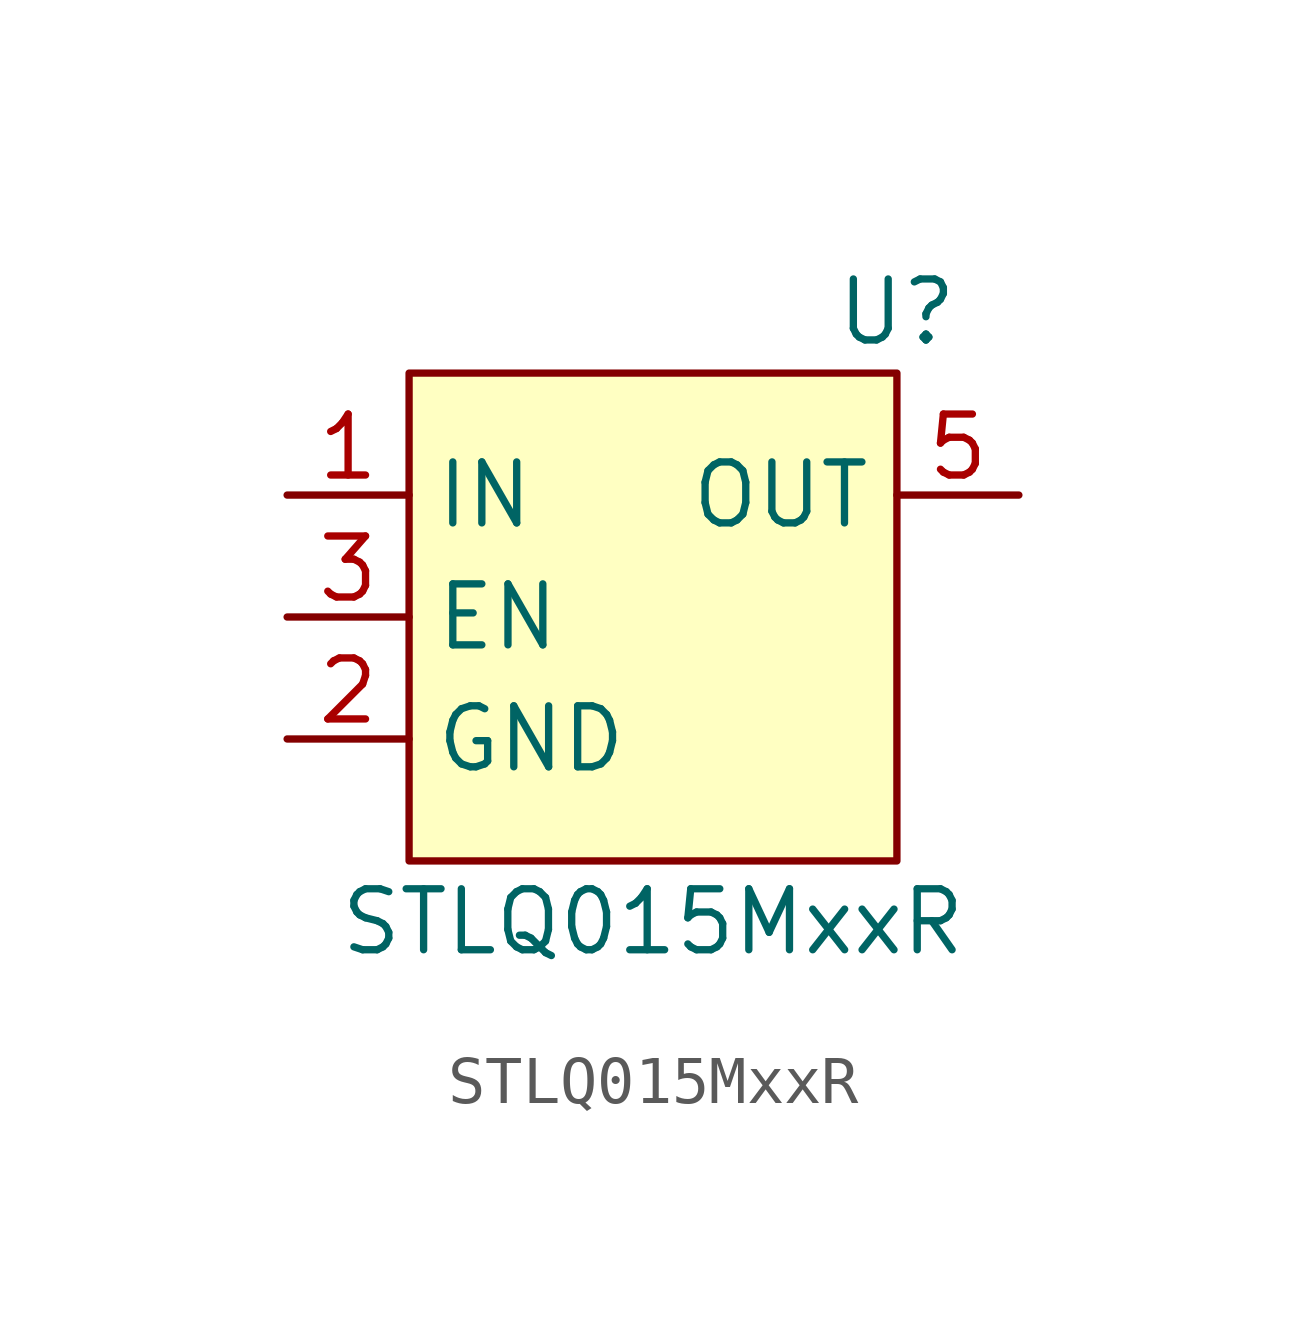
<source format=kicad_sym>
(kicad_symbol_lib
  (version 20231120)
  (generator "kicad_symbol_editor")
  (generator_version "8.99")
  (symbol "STLQ015MxxR"
    (property "Reference" "U"
      (at 5.08 6.35 0)
      (effects (font (size 1.27 1.27))))
    (property "Value" "STLQ015MxxR"
      (at 0 -6.35 0)
      (effects (font (size 1.27 1.27))))
    (symbol "STLQ015MxxR_0_0"
      (pin power_in line (at -7.62 2.54 0) (length 2.54) (name "IN" (effects (font (size 1.27 1.27)))) (number "1" (effects (font (size 1.27 1.27)))))
      (pin power_in line (at -7.62 -2.54 0) (length 2.54) (name "GND" (effects (font (size 1.27 1.27)))) (number "2" (effects (font (size 1.27 1.27)))))
      (pin input line (at -7.62 0 0) (length 2.54) (name "EN" (effects (font (size 1.27 1.27)))) (number "3" (effects (font (size 1.27 1.27)))))
      (pin no_connect line (at -1.27 -1.27 0) (length 2.54) hide (name "NC" (effects (font (size 1.27 1.27)))) (number "4" (effects (font (size 1.27 1.27)))))
      (pin power_out line (at 7.62 2.54 180) (length 2.54) (name "OUT" (effects (font (size 1.27 1.27)))) (number "5" (effects (font (size 1.27 1.27))))))
    (symbol "STLQ015MxxR_1_1"
      (rectangle (start -5.08 5.08) (end 5.08 -5.08) (stroke (width 0) (type default)) (fill (type background))))))
</source>
